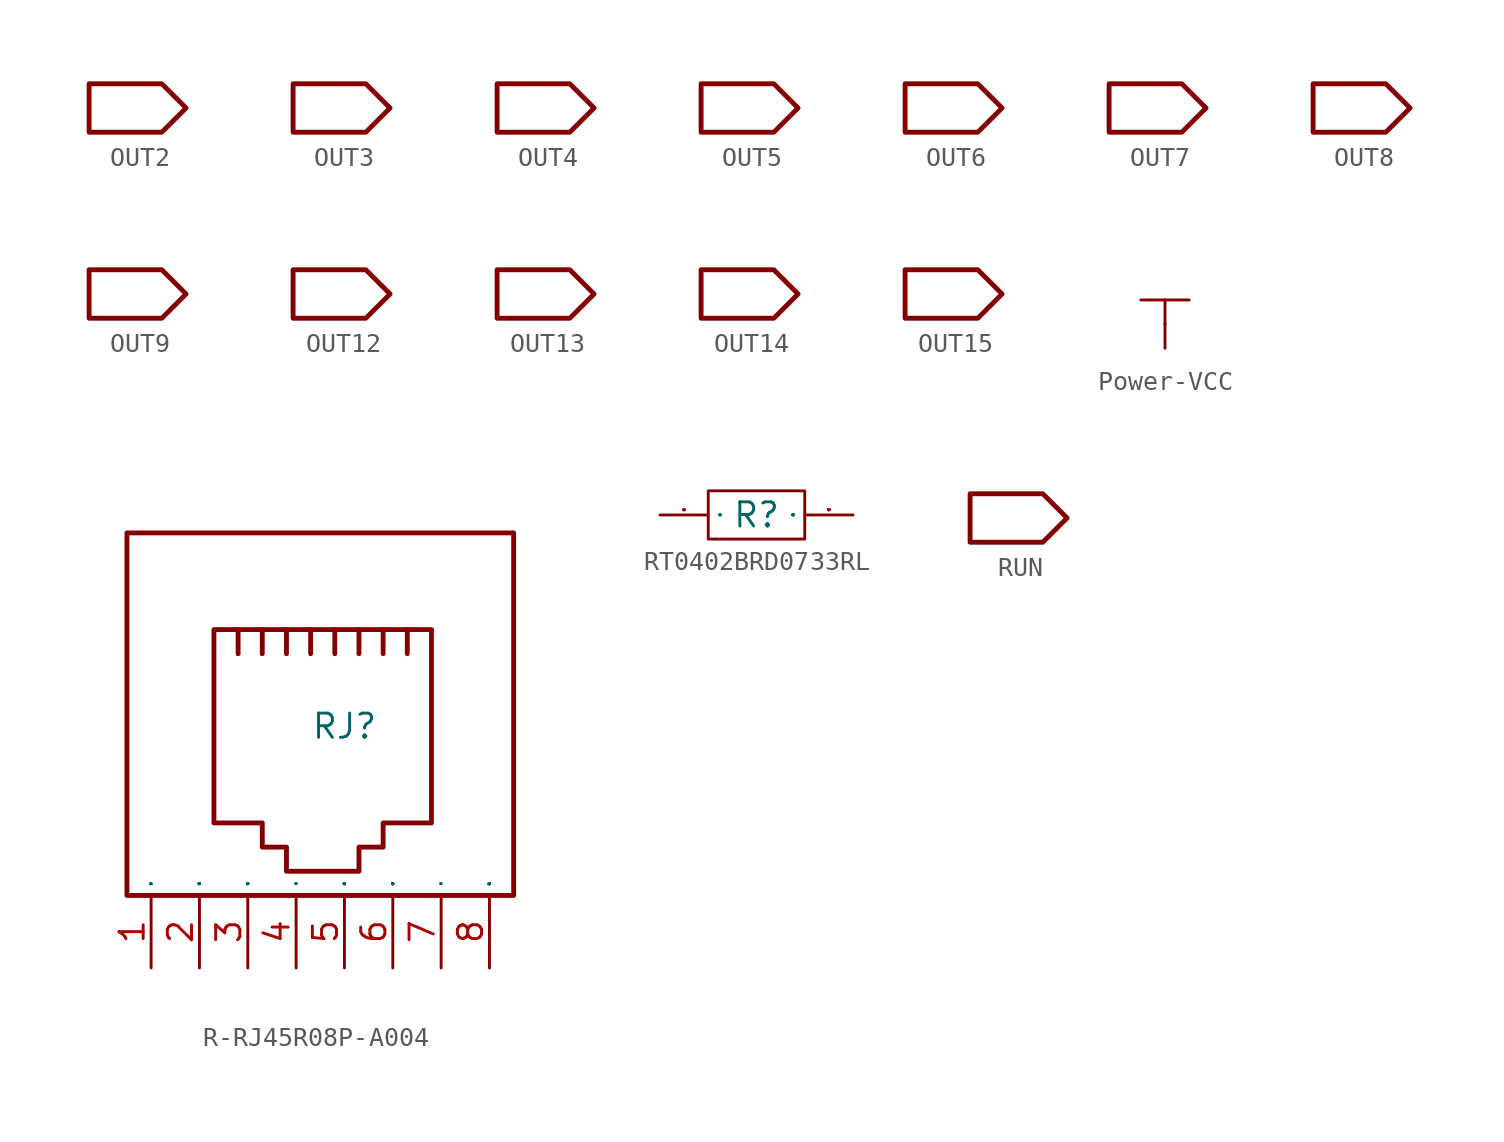
<source format=kicad_sym>
(kicad_symbol_lib
  (version 20241209)
  (generator "kicad_symbol_editor")
  (generator_version "9.0")
  (symbol "OUT2"
    (power)
    (pin_numbers
      (hide yes))
    (pin_names
      (hide yes))
    (property "Reference" "#PWR"
      (at 0 0 0)
      (effects (font (size 1.27 1.27)) (hide yes)))
    (property "Value" ""
      (at 0 0 0)
      (effects (font (size 1.27 1.27))))
    (symbol "OUT2_1_0"
      (polyline (pts (xy 0 0) (xy -1.27 -1.27) (xy -1.27 -1.27) (xy -5.08 -1.27) (xy -5.08 -1.27) (xy -5.08 1.27) (xy -5.08 1.27) (xy -1.27 1.27) (xy -1.27 1.27) (xy 0 0)) (stroke (width 0.254) (type default)) (fill (type none)))
      (pin input line (at 0 0 0) (length 0) (name "" (effects (font (size 0.025 0.025)))) (number "1" (effects (font (size 0 0)))))))
  (symbol "OUT3"
    (power)
    (pin_numbers
      (hide yes))
    (pin_names
      (hide yes))
    (property "Reference" "#PWR"
      (at 0 0 0)
      (effects (font (size 1.27 1.27)) (hide yes)))
    (property "Value" ""
      (at 0 0 0)
      (effects (font (size 1.27 1.27))))
    (symbol "OUT3_1_0"
      (polyline (pts (xy 0 0) (xy -1.27 -1.27) (xy -1.27 -1.27) (xy -5.08 -1.27) (xy -5.08 -1.27) (xy -5.08 1.27) (xy -5.08 1.27) (xy -1.27 1.27) (xy -1.27 1.27) (xy 0 0)) (stroke (width 0.254) (type default)) (fill (type none)))
      (pin input line (at 0 0 0) (length 0) (name "" (effects (font (size 0.025 0.025)))) (number "1" (effects (font (size 0 0)))))))
  (symbol "OUT4"
    (power)
    (pin_numbers
      (hide yes))
    (pin_names
      (hide yes))
    (property "Reference" "#PWR"
      (at 0 0 0)
      (effects (font (size 1.27 1.27)) (hide yes)))
    (property "Value" ""
      (at 0 0 0)
      (effects (font (size 1.27 1.27))))
    (symbol "OUT4_1_0"
      (polyline (pts (xy 0 0) (xy -1.27 -1.27) (xy -1.27 -1.27) (xy -5.08 -1.27) (xy -5.08 -1.27) (xy -5.08 1.27) (xy -5.08 1.27) (xy -1.27 1.27) (xy -1.27 1.27) (xy 0 0)) (stroke (width 0.254) (type default)) (fill (type none)))
      (pin input line (at 0 0 0) (length 0) (name "" (effects (font (size 0.025 0.025)))) (number "1" (effects (font (size 0 0)))))))
  (symbol "OUT5"
    (power)
    (pin_numbers
      (hide yes))
    (pin_names
      (hide yes))
    (property "Reference" "#PWR"
      (at 0 0 0)
      (effects (font (size 1.27 1.27)) (hide yes)))
    (property "Value" ""
      (at 0 0 0)
      (effects (font (size 1.27 1.27))))
    (symbol "OUT5_1_0"
      (polyline (pts (xy 0 0) (xy -1.27 -1.27) (xy -1.27 -1.27) (xy -5.08 -1.27) (xy -5.08 -1.27) (xy -5.08 1.27) (xy -5.08 1.27) (xy -1.27 1.27) (xy -1.27 1.27) (xy 0 0)) (stroke (width 0.254) (type default)) (fill (type none)))
      (pin input line (at 0 0 0) (length 0) (name "" (effects (font (size 0.025 0.025)))) (number "1" (effects (font (size 0 0)))))))
  (symbol "OUT6"
    (power)
    (pin_numbers
      (hide yes))
    (pin_names
      (hide yes))
    (property "Reference" "#PWR"
      (at 0 0 0)
      (effects (font (size 1.27 1.27)) (hide yes)))
    (property "Value" ""
      (at 0 0 0)
      (effects (font (size 1.27 1.27))))
    (symbol "OUT6_1_0"
      (polyline (pts (xy 0 0) (xy -1.27 -1.27) (xy -1.27 -1.27) (xy -5.08 -1.27) (xy -5.08 -1.27) (xy -5.08 1.27) (xy -5.08 1.27) (xy -1.27 1.27) (xy -1.27 1.27) (xy 0 0)) (stroke (width 0.254) (type default)) (fill (type none)))
      (pin input line (at 0 0 0) (length 0) (name "" (effects (font (size 0.025 0.025)))) (number "1" (effects (font (size 0 0)))))))
  (symbol "OUT7"
    (power)
    (pin_numbers
      (hide yes))
    (pin_names
      (hide yes))
    (property "Reference" "#PWR"
      (at 0 0 0)
      (effects (font (size 1.27 1.27)) (hide yes)))
    (property "Value" ""
      (at 0 0 0)
      (effects (font (size 1.27 1.27))))
    (symbol "OUT7_1_0"
      (polyline (pts (xy 0 0) (xy -1.27 -1.27) (xy -1.27 -1.27) (xy -5.08 -1.27) (xy -5.08 -1.27) (xy -5.08 1.27) (xy -5.08 1.27) (xy -1.27 1.27) (xy -1.27 1.27) (xy 0 0)) (stroke (width 0.254) (type default)) (fill (type none)))
      (pin input line (at 0 0 0) (length 0) (name "" (effects (font (size 0.025 0.025)))) (number "1" (effects (font (size 0 0)))))))
  (symbol "OUT8"
    (power)
    (pin_numbers
      (hide yes))
    (pin_names
      (hide yes))
    (property "Reference" "#PWR"
      (at 0 0 0)
      (effects (font (size 1.27 1.27)) (hide yes)))
    (property "Value" ""
      (at 0 0 0)
      (effects (font (size 1.27 1.27))))
    (symbol "OUT8_1_0"
      (polyline (pts (xy 0 0) (xy -1.27 -1.27) (xy -1.27 -1.27) (xy -5.08 -1.27) (xy -5.08 -1.27) (xy -5.08 1.27) (xy -5.08 1.27) (xy -1.27 1.27) (xy -1.27 1.27) (xy 0 0)) (stroke (width 0.254) (type default)) (fill (type none)))
      (pin input line (at 0 0 0) (length 0) (name "" (effects (font (size 0.025 0.025)))) (number "1" (effects (font (size 0 0)))))))
  (symbol "OUT9"
    (power)
    (pin_numbers
      (hide yes))
    (pin_names
      (hide yes))
    (property "Reference" "#PWR"
      (at 0 0 0)
      (effects (font (size 1.27 1.27)) (hide yes)))
    (property "Value" ""
      (at 0 0 0)
      (effects (font (size 1.27 1.27))))
    (symbol "OUT9_1_0"
      (polyline (pts (xy 0 0) (xy -1.27 -1.27) (xy -1.27 -1.27) (xy -5.08 -1.27) (xy -5.08 -1.27) (xy -5.08 1.27) (xy -5.08 1.27) (xy -1.27 1.27) (xy -1.27 1.27) (xy 0 0)) (stroke (width 0.254) (type default)) (fill (type none)))
      (pin input line (at 0 0 0) (length 0) (name "" (effects (font (size 0.025 0.025)))) (number "1" (effects (font (size 0 0)))))))
  (symbol "OUT12"
    (power)
    (pin_numbers
      (hide yes))
    (pin_names
      (hide yes))
    (property "Reference" "#PWR"
      (at 0 0 0)
      (effects (font (size 1.27 1.27)) (hide yes)))
    (property "Value" ""
      (at 0 0 0)
      (effects (font (size 1.27 1.27))))
    (symbol "OUT12_1_0"
      (polyline (pts (xy 0 0) (xy -1.27 -1.27) (xy -1.27 -1.27) (xy -5.08 -1.27) (xy -5.08 -1.27) (xy -5.08 1.27) (xy -5.08 1.27) (xy -1.27 1.27) (xy -1.27 1.27) (xy 0 0)) (stroke (width 0.254) (type default)) (fill (type none)))
      (pin input line (at 0 0 0) (length 0) (name "" (effects (font (size 0.025 0.025)))) (number "1" (effects (font (size 0 0)))))))
  (symbol "OUT13"
    (power)
    (pin_numbers
      (hide yes))
    (pin_names
      (hide yes))
    (property "Reference" "#PWR"
      (at 0 0 0)
      (effects (font (size 1.27 1.27)) (hide yes)))
    (property "Value" ""
      (at 0 0 0)
      (effects (font (size 1.27 1.27))))
    (symbol "OUT13_1_0"
      (polyline (pts (xy 0 0) (xy -1.27 -1.27) (xy -1.27 -1.27) (xy -5.08 -1.27) (xy -5.08 -1.27) (xy -5.08 1.27) (xy -5.08 1.27) (xy -1.27 1.27) (xy -1.27 1.27) (xy 0 0)) (stroke (width 0.254) (type default)) (fill (type none)))
      (pin input line (at 0 0 0) (length 0) (name "" (effects (font (size 0.025 0.025)))) (number "1" (effects (font (size 0 0)))))))
  (symbol "OUT14"
    (power)
    (pin_numbers
      (hide yes))
    (pin_names
      (hide yes))
    (property "Reference" "#PWR"
      (at 0 0 0)
      (effects (font (size 1.27 1.27)) (hide yes)))
    (property "Value" ""
      (at 0 0 0)
      (effects (font (size 1.27 1.27))))
    (symbol "OUT14_1_0"
      (polyline (pts (xy 0 0) (xy -1.27 -1.27) (xy -1.27 -1.27) (xy -5.08 -1.27) (xy -5.08 -1.27) (xy -5.08 1.27) (xy -5.08 1.27) (xy -1.27 1.27) (xy -1.27 1.27) (xy 0 0)) (stroke (width 0.254) (type default)) (fill (type none)))
      (pin input line (at 0 0 0) (length 0) (name "" (effects (font (size 0.025 0.025)))) (number "1" (effects (font (size 0 0)))))))
  (symbol "OUT15"
    (power)
    (pin_numbers
      (hide yes))
    (pin_names
      (hide yes))
    (property "Reference" "#PWR"
      (at 0 0 0)
      (effects (font (size 1.27 1.27)) (hide yes)))
    (property "Value" ""
      (at 0 0 0)
      (effects (font (size 1.27 1.27))))
    (symbol "OUT15_1_0"
      (polyline (pts (xy 0 0) (xy -1.27 -1.27) (xy -1.27 -1.27) (xy -5.08 -1.27) (xy -5.08 -1.27) (xy -5.08 1.27) (xy -5.08 1.27) (xy -1.27 1.27) (xy -1.27 1.27) (xy 0 0)) (stroke (width 0.254) (type default)) (fill (type none)))
      (pin input line (at 0 0 0) (length 0) (name "" (effects (font (size 0.025 0.025)))) (number "1" (effects (font (size 0 0)))))))
  (symbol "Power-VCC"
    (power)
    (pin_numbers
      (hide yes))
    (pin_names
      (hide yes))
    (property "Reference" "#PWR"
      (at 0 0 0)
      (effects (font (size 1.27 1.27)) (hide yes)))
    (property "Value" ""
      (at 0 3.81 0)
      (effects (font (size 1.27 1.27))))
    (symbol "Power-VCC_1_0"
      (polyline (pts (xy -1.27 2.54) (xy 1.27 2.54)) (stroke (width 0) (type default)) (fill (type none)))
      (polyline (pts (xy 0 2.54) (xy 0 1.27)) (stroke (width 0) (type default)) (fill (type none)))
      (pin power_in line (at 0 0 90) (length 1.27) (name "" (effects (font (size 1.27 1.27)))) (number "1" (effects (font (size 0.025 0.025)))))))
  (symbol "R-RJ45R08P-A004"
    (property "Reference" "RJ"
      (at 0 0 0)
      (effects (font (size 1.27 1.27))))
    (property "Value" ""
      (at 0 0 0)
      (effects (font (size 1.27 1.27))))
    (symbol "R-RJ45R08P-A004_1_0"
      (polyline (pts (xy -6.858 5.08) (xy 4.572 5.08) (xy 4.572 5.08) (xy 4.572 -5.08) (xy 4.572 -5.08) (xy 2.032 -5.08) (xy 2.032 -5.08) (xy 2.032 -6.35) (xy 2.032 -6.35) (xy 0.762 -6.35) (xy 0.762 -6.35) (xy 0.762 -7.62) (xy 0.762 -7.62) (xy -3.048 -7.62) (xy -3.048 -7.62) (xy -3.048 -6.35) (xy -3.048 -6.35) (xy -4.318 -6.35) (xy -4.318 -6.35) (xy -4.318 -5.08) (xy -4.318 -5.08) (xy -6.858 -5.08) (xy -6.858 -5.08) (xy -6.858 5.08) (xy -6.858 5.08) (xy -6.858 5.08)) (stroke (width 0.254) (type default)) (fill (type none)))
      (polyline (pts (xy -5.588 3.81) (xy -5.588 5.08) (xy -5.588 5.08) (xy -5.588 5.08)) (stroke (width 0.254) (type default)) (fill (type none)))
      (polyline (pts (xy -4.318 5.08) (xy -4.318 3.81) (xy -4.318 3.81) (xy -4.318 3.81)) (stroke (width 0.254) (type default)) (fill (type none)))
      (polyline (pts (xy -3.048 5.08) (xy -3.048 3.81) (xy -3.048 3.81) (xy -3.048 3.81)) (stroke (width 0.254) (type default)) (fill (type none)))
      (polyline (pts (xy -1.778 5.08) (xy -1.778 3.81) (xy -1.778 3.81) (xy -1.778 3.81)) (stroke (width 0.254) (type default)) (fill (type none)))
      (polyline (pts (xy -0.508 5.08) (xy -0.508 3.81) (xy -0.508 3.81) (xy -0.508 3.81)) (stroke (width 0.254) (type default)) (fill (type none)))
      (polyline (pts (xy 0.762 5.08) (xy 0.762 3.81) (xy 0.762 3.81) (xy 0.762 3.81)) (stroke (width 0.254) (type default)) (fill (type none)))
      (polyline (pts (xy 2.032 3.81) (xy 2.032 5.08) (xy 2.032 5.08) (xy 2.032 5.08)) (stroke (width 0.254) (type default)) (fill (type none)))
      (polyline (pts (xy 3.302 3.81) (xy 3.302 5.08) (xy 3.302 5.08) (xy 3.302 5.08)) (stroke (width 0.254) (type default)) (fill (type none)))
      (rectangle (start 8.89 10.16) (end -11.43 -8.89) (stroke (width 0.254) (type default)) (fill (type none)))
      (pin unspecified line (at -10.16 -12.7 90) (length 3.81) (name "1" (effects (font (size 0.025 0.025)))) (number "1" (effects (font (size 1.27 1.27)))))
      (pin unspecified line (at -7.62 -12.7 90) (length 3.81) (name "2" (effects (font (size 0.025 0.025)))) (number "2" (effects (font (size 1.27 1.27)))))
      (pin unspecified line (at -5.08 -12.7 90) (length 3.81) (name "3" (effects (font (size 0.025 0.025)))) (number "3" (effects (font (size 1.27 1.27)))))
      (pin unspecified line (at -2.54 -12.7 90) (length 3.81) (name "4" (effects (font (size 0.025 0.025)))) (number "4" (effects (font (size 1.27 1.27)))))
      (pin unspecified line (at 0 -12.7 90) (length 3.81) (name "5" (effects (font (size 0.025 0.025)))) (number "5" (effects (font (size 1.27 1.27)))))
      (pin unspecified line (at 2.54 -12.7 90) (length 3.81) (name "6" (effects (font (size 0.025 0.025)))) (number "6" (effects (font (size 1.27 1.27)))))
      (pin unspecified line (at 5.08 -12.7 90) (length 3.81) (name "7" (effects (font (size 0.025 0.025)))) (number "7" (effects (font (size 1.27 1.27)))))
      (pin unspecified line (at 7.62 -12.7 90) (length 3.81) (name "8" (effects (font (size 0.025 0.025)))) (number "8" (effects (font (size 1.27 1.27)))))))
  (symbol "RT0402BRD0733RL"
    (property "Reference" "R"
      (at 0 0 0)
      (effects (font (size 1.27 1.27))))
    (symbol "RT0402BRD0733RL_1_0"
      (rectangle (start -2.54 -1.27) (end 2.54 1.27) (stroke (width 0) (type default)) (fill (type none)))
      (pin unspecified line (at -5.08 0 0) (length 2.54) (name "1" (effects (font (size 0.025 0.025)))) (number "1" (effects (font (size 0.025 0.025)))))
      (pin unspecified line (at 5.08 0 180) (length 2.54) (name "2" (effects (font (size 0.025 0.025)))) (number "2" (effects (font (size 0.025 0.025)))))))
  (symbol "RUN"
    (power)
    (pin_numbers
      (hide yes))
    (pin_names
      (hide yes))
    (property "Reference" "#PWR"
      (at 0 0 0)
      (effects (font (size 1.27 1.27)) (hide yes)))
    (property "Value" ""
      (at 0 0 0)
      (effects (font (size 1.27 1.27))))
    (symbol "RUN_1_0"
      (polyline (pts (xy 0 0) (xy -1.27 -1.27) (xy -1.27 -1.27) (xy -5.08 -1.27) (xy -5.08 -1.27) (xy -5.08 1.27) (xy -5.08 1.27) (xy -1.27 1.27) (xy -1.27 1.27) (xy 0 0)) (stroke (width 0.254) (type default)) (fill (type none)))
      (pin input line (at 0 0 0) (length 0) (name "" (effects (font (size 0.025 0.025)))) (number "1" (effects (font (size 0 0))))))))
</source>
